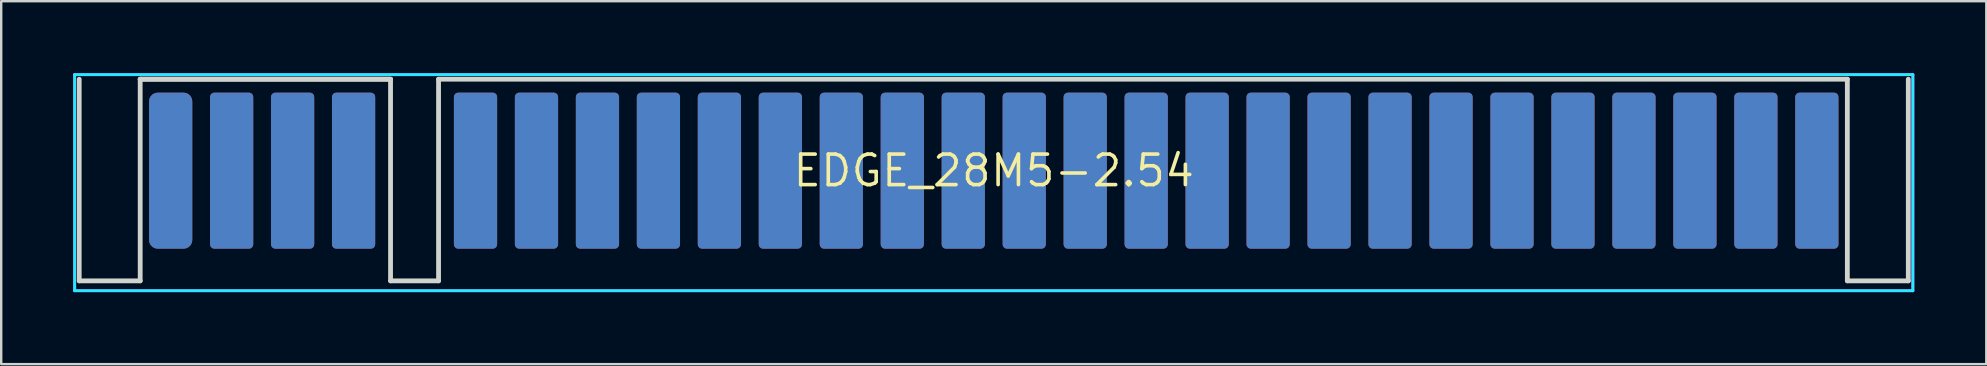
<source format=kicad_pcb>
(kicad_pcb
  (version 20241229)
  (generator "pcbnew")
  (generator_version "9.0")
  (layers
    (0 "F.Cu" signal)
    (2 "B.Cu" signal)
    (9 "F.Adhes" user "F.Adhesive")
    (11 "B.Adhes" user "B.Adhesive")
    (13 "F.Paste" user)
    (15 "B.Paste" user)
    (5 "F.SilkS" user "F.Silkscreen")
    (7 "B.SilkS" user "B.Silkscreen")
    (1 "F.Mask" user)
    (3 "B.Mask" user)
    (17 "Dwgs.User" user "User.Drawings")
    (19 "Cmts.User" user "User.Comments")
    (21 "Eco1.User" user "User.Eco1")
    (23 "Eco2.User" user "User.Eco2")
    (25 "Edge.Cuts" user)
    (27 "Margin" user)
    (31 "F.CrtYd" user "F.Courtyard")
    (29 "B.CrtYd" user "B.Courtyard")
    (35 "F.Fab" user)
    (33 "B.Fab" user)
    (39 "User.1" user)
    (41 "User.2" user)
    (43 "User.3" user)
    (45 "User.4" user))
  (footprint "EDGE_28M5-2.54"
    (layer "F.Cu")
    (at 38.35 4.06)
    (property "Reference" "EDGE_28M5-2.54" (at 0 0 0) (layer "F.SilkS") (effects (font (size 1.27 1.27) (thickness 0.15))))
    (attr through_hole)
    (fp_line (start -38.1 -3.81) (end -38.1 4.59) (stroke (width 0.2) (type solid)) (layer "Edge.Cuts"))
    (fp_line (start -38.1 4.59) (end -35.56 4.59) (stroke (width 0.2) (type solid)) (layer "Edge.Cuts"))
    (fp_line (start -35.56 -3.81) (end -25.13 -3.81) (stroke (width 0.2) (type solid)) (layer "Edge.Cuts"))
    (fp_line (start -35.56 -3.81) (end -25.13 -3.81) (stroke (width 0.2) (type solid)) (layer "Edge.Cuts"))
    (fp_line (start -35.56 4.59) (end -35.56 -3.81) (stroke (width 0.2) (type solid)) (layer "Edge.Cuts"))
    (fp_line (start -25.13 -3.81) (end -25.13 4.59) (stroke (width 0.2) (type solid)) (layer "Edge.Cuts"))
    (fp_line (start -25.13 4.59) (end -23.13 4.59) (stroke (width 0.2) (type solid)) (layer "Edge.Cuts"))
    (fp_line (start -23.13 -3.81) (end 35.56 -3.81) (stroke (width 0.2) (type solid)) (layer "Edge.Cuts"))
    (fp_line (start -23.13 4.59) (end -23.13 -3.81) (stroke (width 0.2) (type solid)) (layer "Edge.Cuts"))
    (fp_line (start 35.56 -3.81) (end 35.56 4.59) (stroke (width 0.2) (type solid)) (layer "Edge.Cuts"))
    (fp_line (start 35.56 4.59) (end 38.1 4.59) (stroke (width 0.2) (type solid)) (layer "Edge.Cuts"))
    (fp_line (start 38.1 4.59) (end 38.1 -3.81) (stroke (width 0.2) (type solid)) (layer "Edge.Cuts"))
    (fp_line (start -38.29 -4) (end 38.29 -4) (stroke (width 0.12) (type solid)) (layer "B.CrtYd"))
    (fp_line (start -38.29 5) (end -38.29 -4) (stroke (width 0.12) (type solid)) (layer "B.CrtYd"))
    (fp_line (start 38.29 -4) (end 38.29 5) (stroke (width 0.12) (type solid)) (layer "B.CrtYd"))
    (fp_line (start 38.29 5) (end -38.29 5) (stroke (width 0.12) (type solid)) (layer "B.CrtYd"))
    (fp_line (start -38.29 -4) (end 38.29 -4) (stroke (width 0.12) (type solid)) (layer "F.CrtYd"))
    (fp_line (start -38.29 5) (end -38.29 -4) (stroke (width 0.12) (type solid)) (layer "F.CrtYd"))
    (fp_line (start 38.29 -4) (end 38.29 5) (stroke (width 0.12) (type solid)) (layer "F.CrtYd"))
    (fp_line (start 38.29 5) (end -38.29 5) (stroke (width 0.12) (type solid)) (layer "F.CrtYd"))
    (pad "A1" smd roundrect (at -34.29 0) (size 1.8 6.5) (layers "B.Cu" "B.Mask" "B.Paste") (roundrect_rratio 0.2))
    (pad "A2" smd roundrect (at -31.75 0) (size 1.8 6.5) (layers "B.Cu" "B.Mask" "B.Paste") (roundrect_rratio 0.1))
    (pad "A3" smd roundrect (at -29.21 0) (size 1.8 6.5) (layers "B.Cu" "B.Mask" "B.Paste") (roundrect_rratio 0.1))
    (pad "A4" smd roundrect (at -26.67 0) (size 1.8 6.5) (layers "B.Cu" "B.Mask" "B.Paste") (roundrect_rratio 0.1))
    (pad "A6" smd roundrect (at -21.59 0) (size 1.8 6.5) (layers "B.Cu" "B.Mask" "B.Paste") (roundrect_rratio 0.1))
    (pad "A7" smd roundrect (at -19.05 0) (size 1.8 6.5) (layers "B.Cu" "B.Mask" "B.Paste") (roundrect_rratio 0.1))
    (pad "A8" smd roundrect (at -16.51 0) (size 1.8 6.5) (layers "B.Cu" "B.Mask" "B.Paste") (roundrect_rratio 0.1))
    (pad "A9" smd roundrect (at -13.97 0) (size 1.8 6.5) (layers "B.Cu" "B.Mask" "B.Paste") (roundrect_rratio 0.1))
    (pad "A10" smd roundrect (at -11.43 0) (size 1.8 6.5) (layers "B.Cu" "B.Mask" "B.Paste") (roundrect_rratio 0.1))
    (pad "A11" smd roundrect (at -8.89 0) (size 1.8 6.5) (layers "B.Cu" "B.Mask" "B.Paste") (roundrect_rratio 0.1))
    (pad "A12" smd roundrect (at -6.35 0) (size 1.8 6.5) (layers "B.Cu" "B.Mask" "B.Paste") (roundrect_rratio 0.1))
    (pad "A13" smd roundrect (at -3.81 0) (size 1.8 6.5) (layers "B.Cu" "B.Mask" "B.Paste") (roundrect_rratio 0.1))
    (pad "A14" smd roundrect (at -1.27 0) (size 1.8 6.5) (layers "B.Cu" "B.Mask" "B.Paste") (roundrect_rratio 0.1))
    (pad "A15" smd roundrect (at 1.27 0) (size 1.8 6.5) (layers "B.Cu" "B.Mask" "B.Paste") (roundrect_rratio 0.1))
    (pad "A16" smd roundrect (at 3.81 0) (size 1.8 6.5) (layers "B.Cu" "B.Mask" "B.Paste") (roundrect_rratio 0.1))
    (pad "A17" smd roundrect (at 6.35 0) (size 1.8 6.5) (layers "B.Cu" "B.Mask" "B.Paste") (roundrect_rratio 0.1))
    (pad "A18" smd roundrect (at 8.89 0) (size 1.8 6.5) (layers "B.Cu" "B.Mask" "B.Paste") (roundrect_rratio 0.1))
    (pad "A19" smd roundrect (at 11.43 0) (size 1.8 6.5) (layers "B.Cu" "B.Mask" "B.Paste") (roundrect_rratio 0.1))
    (pad "A20" smd roundrect (at 13.97 0) (size 1.8 6.5) (layers "B.Cu" "B.Mask" "B.Paste") (roundrect_rratio 0.1))
    (pad "A21" smd roundrect (at 16.51 0) (size 1.8 6.5) (layers "B.Cu" "B.Mask" "B.Paste") (roundrect_rratio 0.1))
    (pad "A22" smd roundrect (at 19.05 0) (size 1.8 6.5) (layers "B.Cu" "B.Mask" "B.Paste") (roundrect_rratio 0.1))
    (pad "A23" smd roundrect (at 21.59 0) (size 1.8 6.5) (layers "B.Cu" "B.Mask" "B.Paste") (roundrect_rratio 0.1))
    (pad "A24" smd roundrect (at 24.13 0) (size 1.8 6.5) (layers "B.Cu" "B.Mask" "B.Paste") (roundrect_rratio 0.1))
    (pad "A25" smd roundrect (at 26.67 0) (size 1.8 6.5) (layers "B.Cu" "B.Mask" "B.Paste") (roundrect_rratio 0.1))
    (pad "A26" smd roundrect (at 29.21 0) (size 1.8 6.5) (layers "B.Cu" "B.Mask" "B.Paste") (roundrect_rratio 0.1))
    (pad "A27" smd roundrect (at 31.75 0) (size 1.8 6.5) (layers "B.Cu" "B.Mask" "B.Paste") (roundrect_rratio 0.1))
    (pad "A28" smd roundrect (at 34.29 0) (size 1.8 6.5) (layers "B.Cu" "B.Mask" "B.Paste") (roundrect_rratio 0.1))
    (pad "B1" smd roundrect (at -34.29 0) (size 1.8 6.5) (layers "F.Cu" "F.Mask" "F.Paste") (roundrect_rratio 0.2))
    (pad "B2" smd roundrect (at -31.75 0) (size 1.8 6.5) (layers "F.Cu" "F.Mask" "F.Paste") (roundrect_rratio 0.1))
    (pad "B3" smd roundrect (at -29.21 0) (size 1.8 6.5) (layers "F.Cu" "F.Mask" "F.Paste") (roundrect_rratio 0.1))
    (pad "B4" smd roundrect (at -26.67 0) (size 1.8 6.5) (layers "F.Cu" "F.Mask" "F.Paste") (roundrect_rratio 0.1))
    (pad "B6" smd roundrect (at -21.59 0) (size 1.8 6.5) (layers "F.Cu" "F.Mask" "F.Paste") (roundrect_rratio 0.1))
    (pad "B7" smd roundrect (at -19.05 0) (size 1.8 6.5) (layers "F.Cu" "F.Mask" "F.Paste") (roundrect_rratio 0.1))
    (pad "B8" smd roundrect (at -16.51 0) (size 1.8 6.5) (layers "F.Cu" "F.Mask" "F.Paste") (roundrect_rratio 0.1))
    (pad "B9" smd roundrect (at -13.97 0) (size 1.8 6.5) (layers "F.Cu" "F.Mask" "F.Paste") (roundrect_rratio 0.1))
    (pad "B10" smd roundrect (at -11.43 0) (size 1.8 6.5) (layers "F.Cu" "F.Mask" "F.Paste") (roundrect_rratio 0.1))
    (pad "B11" smd roundrect (at -8.89 0) (size 1.8 6.5) (layers "F.Cu" "F.Mask" "F.Paste") (roundrect_rratio 0.1))
    (pad "B12" smd roundrect (at -6.35 0) (size 1.8 6.5) (layers "F.Cu" "F.Mask" "F.Paste") (roundrect_rratio 0.1))
    (pad "B13" smd roundrect (at -3.81 0) (size 1.8 6.5) (layers "F.Cu" "F.Mask" "F.Paste") (roundrect_rratio 0.1))
    (pad "B14" smd roundrect (at -1.27 0) (size 1.8 6.5) (layers "F.Cu" "F.Mask" "F.Paste") (roundrect_rratio 0.1))
    (pad "B15" smd roundrect (at 1.27 0) (size 1.8 6.5) (layers "F.Cu" "F.Mask" "F.Paste") (roundrect_rratio 0.1))
    (pad "B16" smd roundrect (at 3.81 0) (size 1.8 6.5) (layers "F.Cu" "F.Mask" "F.Paste") (roundrect_rratio 0.1))
    (pad "B17" smd roundrect (at 6.35 0) (size 1.8 6.5) (layers "F.Cu" "F.Mask" "F.Paste") (roundrect_rratio 0.1))
    (pad "B18" smd roundrect (at 8.89 0) (size 1.8 6.5) (layers "F.Cu" "F.Mask" "F.Paste") (roundrect_rratio 0.1))
    (pad "B19" smd roundrect (at 11.43 0) (size 1.8 6.5) (layers "F.Cu" "F.Mask" "F.Paste") (roundrect_rratio 0.1))
    (pad "B20" smd roundrect (at 13.97 0) (size 1.8 6.5) (layers "F.Cu" "F.Mask" "F.Paste") (roundrect_rratio 0.1))
    (pad "B21" smd roundrect (at 16.51 0) (size 1.8 6.5) (layers "F.Cu" "F.Mask" "F.Paste") (roundrect_rratio 0.1))
    (pad "B22" smd roundrect (at 19.05 0) (size 1.8 6.5) (layers "F.Cu" "F.Mask" "F.Paste") (roundrect_rratio 0.1))
    (pad "B23" smd roundrect (at 21.59 0) (size 1.8 6.5) (layers "F.Cu" "F.Mask" "F.Paste") (roundrect_rratio 0.1))
    (pad "B24" smd roundrect (at 24.13 0) (size 1.8 6.5) (layers "F.Cu" "F.Mask" "F.Paste") (roundrect_rratio 0.1))
    (pad "B25" smd roundrect (at 26.67 0) (size 1.8 6.5) (layers "F.Cu" "F.Mask" "F.Paste") (roundrect_rratio 0.1))
    (pad "B26" smd roundrect (at 29.21 0) (size 1.8 6.5) (layers "F.Cu" "F.Mask" "F.Paste") (roundrect_rratio 0.1))
    (pad "B27" smd roundrect (at 31.75 0) (size 1.8 6.5) (layers "F.Cu" "F.Mask" "F.Paste") (roundrect_rratio 0.1))
    (pad "B28" smd roundrect (at 34.29 0) (size 1.8 6.5) (layers "F.Cu" "F.Mask" "F.Paste") (roundrect_rratio 0.1)))
  (gr_rect
    (start -3 -3)
    (end 79.7 12.12)
    (stroke (width 0.1) (type default))
    (fill no)
    (layer "Edge.Cuts")))
</source>
